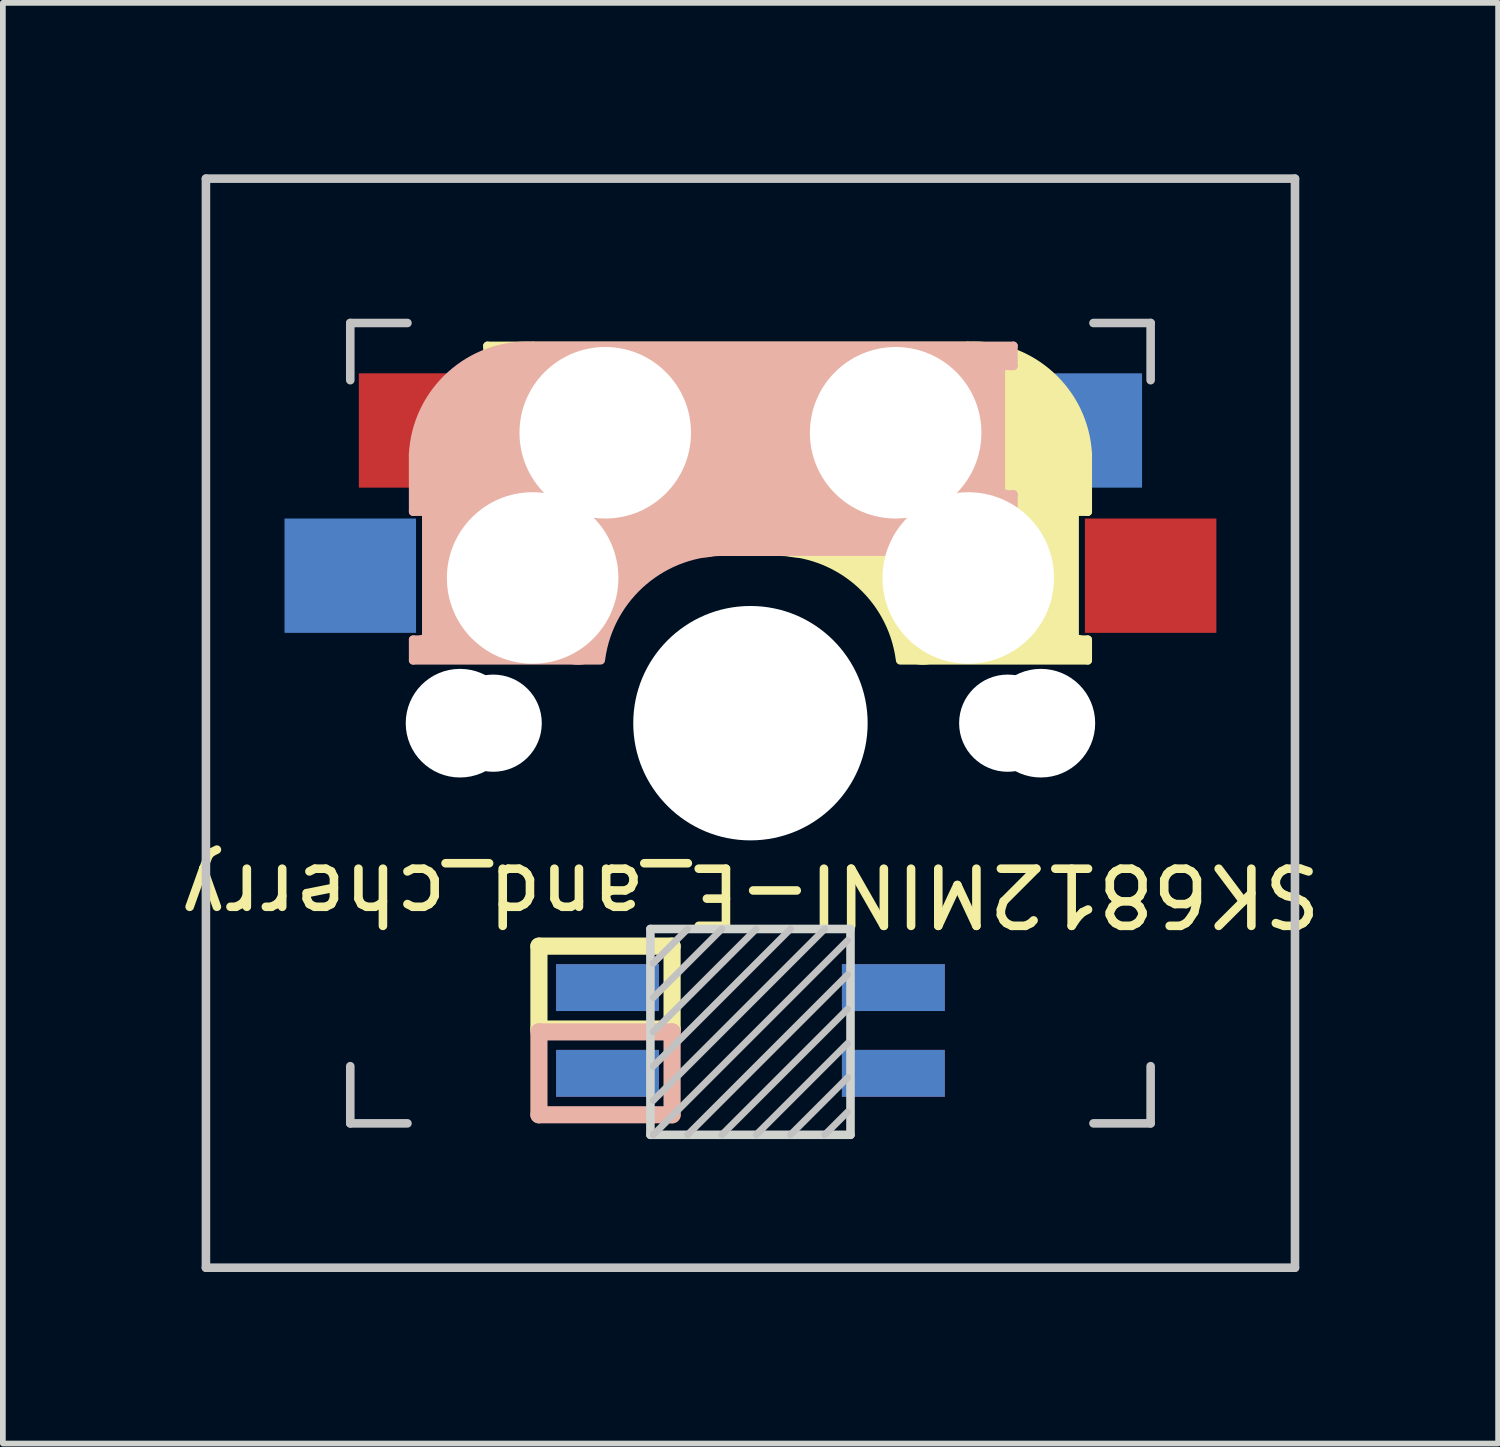
<source format=kicad_pcb>
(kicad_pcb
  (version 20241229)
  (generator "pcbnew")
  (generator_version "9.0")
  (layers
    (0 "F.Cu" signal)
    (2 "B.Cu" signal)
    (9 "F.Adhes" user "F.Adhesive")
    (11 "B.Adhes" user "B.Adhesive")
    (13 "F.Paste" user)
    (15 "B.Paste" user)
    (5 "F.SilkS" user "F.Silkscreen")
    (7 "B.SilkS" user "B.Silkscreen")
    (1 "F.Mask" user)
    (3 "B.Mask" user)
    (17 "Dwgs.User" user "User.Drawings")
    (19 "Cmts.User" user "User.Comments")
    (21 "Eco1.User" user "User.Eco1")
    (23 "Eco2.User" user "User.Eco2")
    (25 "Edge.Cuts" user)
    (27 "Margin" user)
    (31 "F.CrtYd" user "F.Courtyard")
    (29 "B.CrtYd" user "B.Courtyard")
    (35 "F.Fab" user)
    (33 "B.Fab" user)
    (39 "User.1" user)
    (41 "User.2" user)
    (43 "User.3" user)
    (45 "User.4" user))
  (footprint "SK6812MINI-E_and_cherry"
    (layer "F.Cu")
    (at 10.077 9.6)
    (property "Reference" "SK6812MINI-E_and_cherry" (at 0 3 180) (unlocked yes) (layer "F.SilkS") (effects (font (size 1 1) (thickness 0.15))))
    (attr through_hole)
    (fp_line (start -4.6 -6.6) (end 3.8 -6.6) (stroke (width 0.15) (type solid)) (layer "F.SilkS"))
    (fp_line (start -4.6 -6.25) (end -4.6 -6.6) (stroke (width 0.15) (type solid)) (layer "F.SilkS"))
    (fp_line (start -4.6 -4) (end -4.4 -4) (stroke (width 0.15) (type solid)) (layer "F.SilkS"))
    (fp_line (start -4.6 -3) (end -4.6 -4) (stroke (width 0.15) (type solid)) (layer "F.SilkS"))
    (fp_line (start -4.4 -6.4) (end -3 -6.4) (stroke (width 0.4) (type solid)) (layer "F.SilkS"))
    (fp_line (start -4.4 -6.25) (end -4.6 -6.25) (stroke (width 0.15) (type solid)) (layer "F.SilkS"))
    (fp_line (start -4.4 -3.9) (end -4.4 -3.2) (stroke (width 0.4) (type solid)) (layer "F.SilkS"))
    (fp_line (start -4.38 -4) (end -4.38 -6.25) (stroke (width 0.15) (type solid)) (layer "F.SilkS"))
    (fp_line (start -4.3 -3.3) (end -2.9 -3.3) (stroke (width 0.5) (type solid)) (layer "F.SilkS"))
    (fp_line (start -3.9 -6) (end -3.9 -3.5) (stroke (width 1) (type solid)) (layer "F.SilkS"))
    (fp_line (start -3.7 3.9) (end -1.371 3.9) (stroke (width 0.3) (type solid)) (layer "F.SilkS"))
    (fp_line (start -3.7 5.35) (end -3.7 3.9) (stroke (width 0.3) (type solid)) (layer "F.SilkS"))
    (fp_line (start -2.6 -4.8) (end 4.1 -4.8) (stroke (width 3.5) (type solid)) (layer "F.SilkS"))
    (fp_line (start -1.371 3.9) (end -1.371 5.35) (stroke (width 0.3) (type solid)) (layer "F.SilkS"))
    (fp_line (start -1.371 5.35) (end -3.7 5.35) (stroke (width 0.3) (type solid)) (layer "F.SilkS"))
    (fp_line (start 0.4 -3) (end -4.6 -3) (stroke (width 0.15) (type solid)) (layer "F.SilkS"))
    (fp_line (start 4.17 -5.1) (end 4.17 -2.86) (stroke (width 3) (type solid)) (layer "F.SilkS"))
    (fp_line (start 5.3 -1.6) (end 5.3 -3.4) (stroke (width 0.8) (type solid)) (layer "F.SilkS"))
    (fp_line (start 5.67 -3.7) (end 5.67 -1.46) (stroke (width 0.15) (type solid)) (layer "F.SilkS"))
    (fp_line (start 5.7 -1.46) (end 5.9 -1.46) (stroke (width 0.15) (type solid)) (layer "F.SilkS"))
    (fp_line (start 5.7 -1.3) (end 3 -1.3) (stroke (width 0.5) (type solid)) (layer "F.SilkS"))
    (fp_line (start 5.8 -3.8) (end 5.8 -4.7) (stroke (width 0.3) (type solid)) (layer "F.SilkS"))
    (fp_line (start 5.9 -4.7) (end 5.9 -3.7) (stroke (width 0.15) (type solid)) (layer "F.SilkS"))
    (fp_line (start 5.9 -3.7) (end 5.7 -3.7) (stroke (width 0.15) (type solid)) (layer "F.SilkS"))
    (fp_line (start 5.9 -1.1) (end 2.62 -1.1) (stroke (width 0.15) (type solid)) (layer "F.SilkS"))
    (fp_line (start 5.9 -1.1) (end 5.9 -1.46) (stroke (width 0.15) (type solid)) (layer "F.SilkS"))
    (fp_arc (start 0.4 -3) (mid 1.868709 -2.486118) (end 2.616318 -1.121471) (stroke (width 0.15) (type solid)) (layer "F.SilkS"))
    (fp_arc (start 0.8 -3.4) (mid 2.268709 -2.886118) (end 3.016318 -1.521471) (stroke (width 1) (type solid)) (layer "F.SilkS"))
    (fp_arc (start 3.8 -6.600001) (mid 5.243504 -6.084925) (end 5.900001 -4.7) (stroke (width 0.15) (type solid)) (layer "F.SilkS"))
    (fp_line (start -5.9 -4.7) (end -5.9 -3.7) (stroke (width 0.15) (type solid)) (layer "B.SilkS"))
    (fp_line (start -5.9 -3.7) (end -5.7 -3.7) (stroke (width 0.15) (type solid)) (layer "B.SilkS"))
    (fp_line (start -5.9 -1.1) (end -5.9 -1.46) (stroke (width 0.15) (type solid)) (layer "B.SilkS"))
    (fp_line (start -5.9 -1.1) (end -2.62 -1.1) (stroke (width 0.15) (type solid)) (layer "B.SilkS"))
    (fp_line (start -5.8 -3.8) (end -5.8 -4.7) (stroke (width 0.3) (type solid)) (layer "B.SilkS"))
    (fp_line (start -5.7 -1.46) (end -5.9 -1.46) (stroke (width 0.15) (type solid)) (layer "B.SilkS"))
    (fp_line (start -5.7 -1.3) (end -3 -1.3) (stroke (width 0.5) (type solid)) (layer "B.SilkS"))
    (fp_line (start -5.67 -3.7) (end -5.67 -1.46) (stroke (width 0.15) (type solid)) (layer "B.SilkS"))
    (fp_line (start -5.3 -1.6) (end -5.3 -3.4) (stroke (width 0.8) (type solid)) (layer "B.SilkS"))
    (fp_line (start -4.17 -5.1) (end -4.17 -2.86) (stroke (width 3) (type solid)) (layer "B.SilkS"))
    (fp_line (start -3.7 5.4) (end -1.371 5.4) (stroke (width 0.3) (type solid)) (layer "B.SilkS"))
    (fp_line (start -3.7 6.85) (end -3.7 5.4) (stroke (width 0.3) (type solid)) (layer "B.SilkS"))
    (fp_line (start -1.371 5.4) (end -1.371 6.85) (stroke (width 0.3) (type solid)) (layer "B.SilkS"))
    (fp_line (start -1.371 6.85) (end -3.7 6.85) (stroke (width 0.3) (type solid)) (layer "B.SilkS"))
    (fp_line (start -0.4 -3) (end 4.6 -3) (stroke (width 0.15) (type solid)) (layer "B.SilkS"))
    (fp_line (start 2.6 -4.8) (end -4.1 -4.8) (stroke (width 3.5) (type solid)) (layer "B.SilkS"))
    (fp_line (start 3.9 -6) (end 3.9 -3.5) (stroke (width 1) (type solid)) (layer "B.SilkS"))
    (fp_line (start 4.3 -3.3) (end 2.9 -3.3) (stroke (width 0.5) (type solid)) (layer "B.SilkS"))
    (fp_line (start 4.38 -4) (end 4.38 -6.25) (stroke (width 0.15) (type solid)) (layer "B.SilkS"))
    (fp_line (start 4.4 -6.4) (end 3 -6.4) (stroke (width 0.4) (type solid)) (layer "B.SilkS"))
    (fp_line (start 4.4 -6.25) (end 4.6 -6.25) (stroke (width 0.15) (type solid)) (layer "B.SilkS"))
    (fp_line (start 4.4 -3.9) (end 4.4 -3.2) (stroke (width 0.4) (type solid)) (layer "B.SilkS"))
    (fp_line (start 4.6 -6.6) (end -3.8 -6.6) (stroke (width 0.15) (type solid)) (layer "B.SilkS"))
    (fp_line (start 4.6 -6.25) (end 4.6 -6.6) (stroke (width 0.15) (type solid)) (layer "B.SilkS"))
    (fp_line (start 4.6 -4) (end 4.4 -4) (stroke (width 0.15) (type solid)) (layer "B.SilkS"))
    (fp_line (start 4.6 -3) (end 4.6 -4) (stroke (width 0.15) (type solid)) (layer "B.SilkS"))
    (fp_arc (start -5.9 -4.699999) (mid -5.243504 -6.084924) (end -3.800001 -6.6) (stroke (width 0.15) (type solid)) (layer "B.SilkS"))
    (fp_arc (start -3.016318 -1.521471) (mid -2.268709 -2.886118) (end -0.8 -3.4) (stroke (width 1) (type solid)) (layer "B.SilkS"))
    (fp_arc (start -2.616318 -1.121471) (mid -1.868709 -2.486118) (end -0.4 -3) (stroke (width 0.15) (type solid)) (layer "B.SilkS"))
    (fp_line (start -9.525 -9.525) (end 9.525 -9.525) (stroke (width 0.15) (type solid)) (layer "Dwgs.User"))
    (fp_line (start -9.525 9.525) (end -9.525 -9.525) (stroke (width 0.15) (type solid)) (layer "Dwgs.User"))
    (fp_line (start -7 -7) (end -6 -7) (stroke (width 0.15) (type solid)) (layer "Dwgs.User"))
    (fp_line (start -7 -6) (end -7 -7) (stroke (width 0.15) (type solid)) (layer "Dwgs.User"))
    (fp_line (start -7 6) (end -7 7) (stroke (width 0.15) (type solid)) (layer "Dwgs.User"))
    (fp_line (start -7 7) (end -6 7) (stroke (width 0.15) (type solid)) (layer "Dwgs.User"))
    (fp_line (start -1.1 3.6) (end -1.7 4.2) (stroke (width 0.12) (type solid)) (layer "Dwgs.User"))
    (fp_line (start -0.5 3.6) (end -1.7 4.8) (stroke (width 0.12) (type solid)) (layer "Dwgs.User"))
    (fp_line (start 0.1 3.6) (end -1.7 5.4) (stroke (width 0.12) (type solid)) (layer "Dwgs.User"))
    (fp_line (start 0.7 3.6) (end -1.7 6) (stroke (width 0.12) (type solid)) (layer "Dwgs.User"))
    (fp_line (start 1.3 3.6) (end -1.7 6.6) (stroke (width 0.12) (type solid)) (layer "Dwgs.User"))
    (fp_line (start 1.7 3.8) (end -1.7 7.2) (stroke (width 0.12) (type solid)) (layer "Dwgs.User"))
    (fp_line (start 1.7 4.4) (end -1.1 7.2) (stroke (width 0.12) (type solid)) (layer "Dwgs.User"))
    (fp_line (start 1.7 5) (end -0.5 7.2) (stroke (width 0.12) (type solid)) (layer "Dwgs.User"))
    (fp_line (start 1.7 5.6) (end 0.1 7.2) (stroke (width 0.12) (type solid)) (layer "Dwgs.User"))
    (fp_line (start 1.7 6.2) (end 0.7 7.2) (stroke (width 0.12) (type solid)) (layer "Dwgs.User"))
    (fp_line (start 1.7 6.8) (end 1.3 7.2) (stroke (width 0.12) (type solid)) (layer "Dwgs.User"))
    (fp_line (start 6 7) (end 7 7) (stroke (width 0.15) (type solid)) (layer "Dwgs.User"))
    (fp_line (start 7 -7) (end 6 -7) (stroke (width 0.15) (type solid)) (layer "Dwgs.User"))
    (fp_line (start 7 -7) (end 7 -6) (stroke (width 0.15) (type solid)) (layer "Dwgs.User"))
    (fp_line (start 7 7) (end 7 6) (stroke (width 0.15) (type solid)) (layer "Dwgs.User"))
    (fp_line (start 9.525 -9.525) (end 9.525 9.525) (stroke (width 0.15) (type solid)) (layer "Dwgs.User"))
    (fp_line (start 9.525 9.525) (end -9.525 9.525) (stroke (width 0.15) (type solid)) (layer "Dwgs.User"))
    (fp_line (start -1.75 3.6) (end -1.75 7.2) (stroke (width 0.15) (type solid)) (layer "Edge.Cuts"))
    (fp_line (start -1.75 3.6) (end 1.75 3.6) (stroke (width 0.15) (type solid)) (layer "Edge.Cuts"))
    (fp_line (start 1.75 3.6) (end 1.75 7.2) (stroke (width 0.15) (type solid)) (layer "Edge.Cuts"))
    (fp_line (start 1.75 7.2) (end -1.75 7.2) (stroke (width 0.15) (type solid)) (layer "Edge.Cuts"))
    (pad "" np_thru_hole circle (at -5.08 0) (size 1.9 1.9) (drill 1.9) (layers "*.Cu" "*.Mask"))
    (pad "" np_thru_hole circle (at -4.5 0) (size 1.7 1.7) (drill 1.7) (layers "*.Cu" "*.Mask"))
    (pad "" np_thru_hole circle (at -3.81 -2.54 180) (size 3 3) (drill 3) (layers "*.Cu" "*.Mask"))
    (pad "" np_thru_hole circle (at -2.54 -5.08 180) (size 3 3) (drill 3) (layers "*.Cu" "*.Mask"))
    (pad "" np_thru_hole circle (at 0 0 90) (size 4.1 4.1) (drill 4.1) (layers "*.Cu" "*.Mask"))
    (pad "" np_thru_hole circle (at 2.54 -5.08 180) (size 3 3) (drill 3) (layers "*.Cu" "*.Mask"))
    (pad "" np_thru_hole circle (at 3.81 -2.54 180) (size 3 3) (drill 3) (layers "*.Cu" "*.Mask"))
    (pad "" np_thru_hole circle (at 4.5 0) (size 1.7 1.7) (drill 1.7) (layers "*.Cu" "*.Mask"))
    (pad "" np_thru_hole circle (at 5.08 0) (size 1.9 1.9) (drill 1.9) (layers "*.Cu" "*.Mask"))
    (pad "1" smd rect (at -2.5 4.625) (size 1.8 0.82) (layers "F.Cu" "F.Mask" "F.Paste"))
    (pad "1" smd rect (at -2.5 6.125) (size 1.8 0.82) (layers "B.Cu" "B.Mask" "B.Paste"))
    (pad "2" smd rect (at 2.5 4.625) (size 1.8 0.82) (layers "F.Cu" "F.Mask" "F.Paste"))
    (pad "2" smd rect (at 2.5 6.125) (size 1.8 0.82) (layers "B.Cu" "B.Mask" "B.Paste"))
    (pad "3" smd rect (at 2.5 4.625) (size 1.8 0.82) (layers "B.Cu" "B.Mask" "B.Paste"))
    (pad "3" smd rect (at 2.5 6.125) (size 1.8 0.82) (layers "F.Cu" "F.Mask" "F.Paste"))
    (pad "4" smd rect (at -2.5 4.625) (size 1.8 0.82) (layers "B.Cu" "B.Mask" "B.Paste"))
    (pad "4" smd rect (at -2.5 6.125) (size 1.8 0.82) (layers "F.Cu" "F.Mask" "F.Paste"))
    (pad "5" smd rect (at 5.7 -5.12 180) (size 2.3 2) (layers "B.Cu" "B.Mask" "B.Paste"))
    (pad "5" smd rect (at 7 -2.58 180) (size 2.3 2) (layers "F.Cu" "F.Mask" "F.Paste"))
    (pad "6" smd rect (at -7 -2.58 180) (size 2.3 2) (layers "B.Cu" "B.Mask" "B.Paste"))
    (pad "6" smd rect (at -5.7 -5.12 180) (size 2.3 2) (layers "F.Cu" "F.Mask")))
  (gr_rect
    (start -3 -3)
    (end 23.155 22.2)
    (stroke (width 0.1) (type default))
    (fill no)
    (layer "Edge.Cuts")))
</source>
